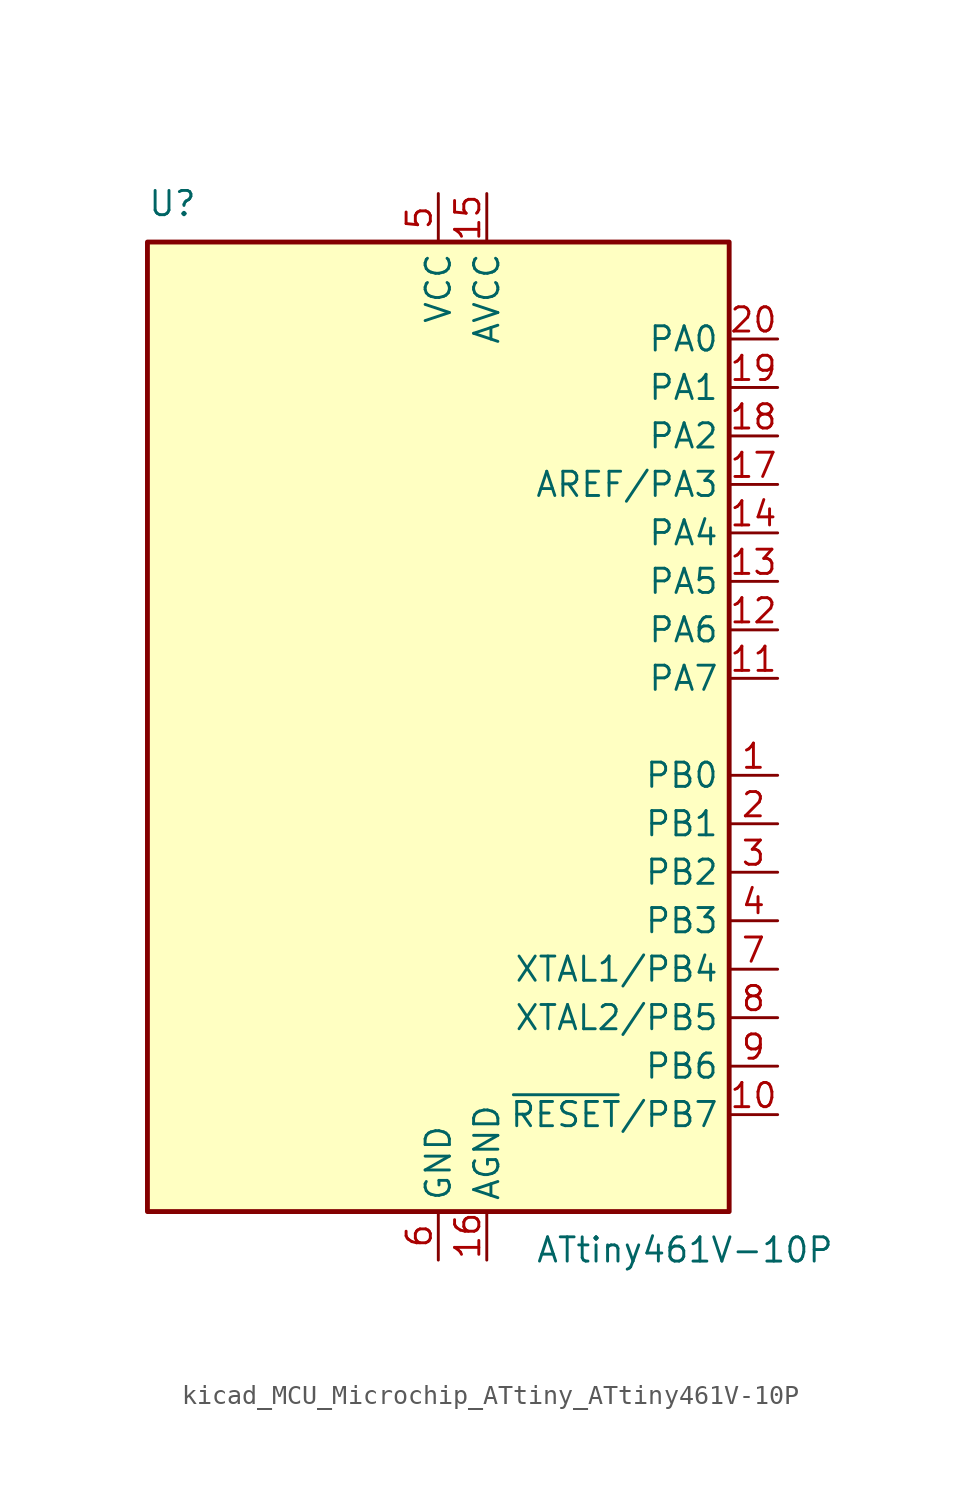
<source format=kicad_sym>
(kicad_symbol_lib
  (version 20220914)
  (generator kicad_symbol_editor)
  (symbol "kicad_MCU_Microchip_ATtiny_ATtiny461V-10P"
    (property "Reference" "U"
      (at -15.24 26.67 0)
      (effects (font (size 1.27 1.27)) (justify left bottom)))
    (property "Value" "ATtiny461V-10P"
      (at 5.08 -26.67 0)
      (effects (font (size 1.27 1.27)) (justify left top)))
    (symbol "kicad_MCU_Microchip_ATtiny_ATtiny461V-10P_0_1"
      (rectangle (start -15.24 -25.4) (end 15.24 25.4) (stroke (width 0.254) (type default)) (fill (type background))))
    (symbol "kicad_MCU_Microchip_ATtiny_ATtiny461V-10P_1_1"
      (pin bidirectional line (at 17.78 -2.54 180) (length 2.54) (name "PB0" (effects (font (size 1.27 1.27)))) (number "1" (effects (font (size 1.27 1.27)))))
      (pin bidirectional line (at 17.78 -20.32 180) (length 2.54) (name "~{RESET}/PB7" (effects (font (size 1.27 1.27)))) (number "10" (effects (font (size 1.27 1.27)))))
      (pin bidirectional line (at 17.78 2.54 180) (length 2.54) (name "PA7" (effects (font (size 1.27 1.27)))) (number "11" (effects (font (size 1.27 1.27)))))
      (pin bidirectional line (at 17.78 5.08 180) (length 2.54) (name "PA6" (effects (font (size 1.27 1.27)))) (number "12" (effects (font (size 1.27 1.27)))))
      (pin bidirectional line (at 17.78 7.62 180) (length 2.54) (name "PA5" (effects (font (size 1.27 1.27)))) (number "13" (effects (font (size 1.27 1.27)))))
      (pin bidirectional line (at 17.78 10.16 180) (length 2.54) (name "PA4" (effects (font (size 1.27 1.27)))) (number "14" (effects (font (size 1.27 1.27)))))
      (pin power_in line (at 2.54 27.94 270) (length 2.54) (name "AVCC" (effects (font (size 1.27 1.27)))) (number "15" (effects (font (size 1.27 1.27)))))
      (pin power_in line (at 2.54 -27.94 90) (length 2.54) (name "AGND" (effects (font (size 1.27 1.27)))) (number "16" (effects (font (size 1.27 1.27)))))
      (pin bidirectional line (at 17.78 12.7 180) (length 2.54) (name "AREF/PA3" (effects (font (size 1.27 1.27)))) (number "17" (effects (font (size 1.27 1.27)))))
      (pin bidirectional line (at 17.78 15.24 180) (length 2.54) (name "PA2" (effects (font (size 1.27 1.27)))) (number "18" (effects (font (size 1.27 1.27)))))
      (pin bidirectional line (at 17.78 17.78 180) (length 2.54) (name "PA1" (effects (font (size 1.27 1.27)))) (number "19" (effects (font (size 1.27 1.27)))))
      (pin bidirectional line (at 17.78 -5.08 180) (length 2.54) (name "PB1" (effects (font (size 1.27 1.27)))) (number "2" (effects (font (size 1.27 1.27)))))
      (pin bidirectional line (at 17.78 20.32 180) (length 2.54) (name "PA0" (effects (font (size 1.27 1.27)))) (number "20" (effects (font (size 1.27 1.27)))))
      (pin bidirectional line (at 17.78 -7.62 180) (length 2.54) (name "PB2" (effects (font (size 1.27 1.27)))) (number "3" (effects (font (size 1.27 1.27)))))
      (pin bidirectional line (at 17.78 -10.16 180) (length 2.54) (name "PB3" (effects (font (size 1.27 1.27)))) (number "4" (effects (font (size 1.27 1.27)))))
      (pin power_in line (at 0 27.94 270) (length 2.54) (name "VCC" (effects (font (size 1.27 1.27)))) (number "5" (effects (font (size 1.27 1.27)))))
      (pin power_in line (at 0 -27.94 90) (length 2.54) (name "GND" (effects (font (size 1.27 1.27)))) (number "6" (effects (font (size 1.27 1.27)))))
      (pin bidirectional line (at 17.78 -12.7 180) (length 2.54) (name "XTAL1/PB4" (effects (font (size 1.27 1.27)))) (number "7" (effects (font (size 1.27 1.27)))))
      (pin bidirectional line (at 17.78 -15.24 180) (length 2.54) (name "XTAL2/PB5" (effects (font (size 1.27 1.27)))) (number "8" (effects (font (size 1.27 1.27)))))
      (pin bidirectional line (at 17.78 -17.78 180) (length 2.54) (name "PB6" (effects (font (size 1.27 1.27)))) (number "9" (effects (font (size 1.27 1.27))))))))
</source>
